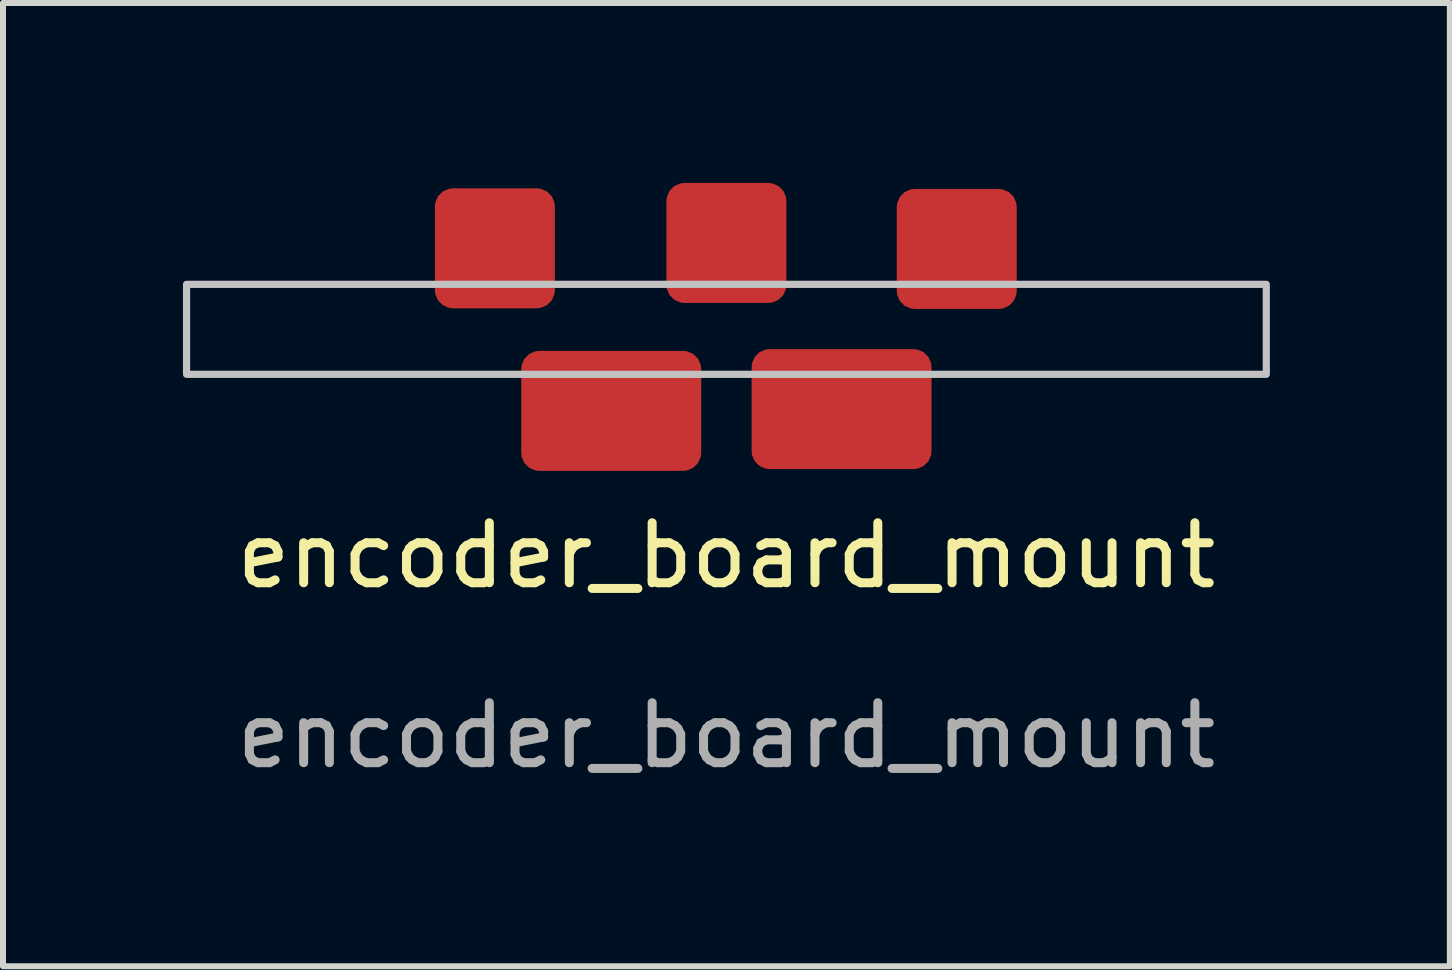
<source format=kicad_pcb>
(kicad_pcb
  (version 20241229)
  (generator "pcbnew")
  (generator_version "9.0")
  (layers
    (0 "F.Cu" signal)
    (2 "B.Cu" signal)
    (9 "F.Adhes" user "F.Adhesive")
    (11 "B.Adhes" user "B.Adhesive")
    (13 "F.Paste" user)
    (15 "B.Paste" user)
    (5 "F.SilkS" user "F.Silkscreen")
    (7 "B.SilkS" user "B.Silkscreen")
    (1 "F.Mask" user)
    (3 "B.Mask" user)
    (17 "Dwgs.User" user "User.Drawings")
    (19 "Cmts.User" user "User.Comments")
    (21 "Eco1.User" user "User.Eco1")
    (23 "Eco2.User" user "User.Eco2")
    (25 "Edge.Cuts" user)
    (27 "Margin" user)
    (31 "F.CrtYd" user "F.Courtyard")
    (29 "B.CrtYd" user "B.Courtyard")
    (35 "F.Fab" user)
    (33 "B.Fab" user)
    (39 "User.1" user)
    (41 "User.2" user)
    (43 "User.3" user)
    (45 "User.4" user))
  (footprint "encoder_board_mount"
    (layer "F.Cu")
    (at 9.06 6.71)
    (property "Reference" "encoder_board_mount" (at 0 -0.5 0) (unlocked yes) (layer "F.SilkS") (effects (font (size 1 1) (thickness 0.15))))
    (attr smd)
    (fp_rect (start -9 -5.02) (end 9 -3.52) (stroke (width 0.12) (type solid)) (fill no) (layer "Dwgs.User"))
    (fp_text user "${REFERENCE}" (at 0 2.5 0) (unlocked yes) (layer "F.Fab") (effects (font (size 1 1) (thickness 0.15))))
    (pad "1" smd roundrect (at -3.86 -5.62) (size 2 2) (layers "F.Cu" "F.Mask" "F.Paste") (roundrect_rratio 0.15))
    (pad "2" smd roundrect (at 0 -5.71) (size 2 2) (layers "F.Cu" "F.Mask" "F.Paste") (roundrect_rratio 0.15))
    (pad "3" smd roundrect (at 3.84 -5.61) (size 2 2) (layers "F.Cu" "F.Mask" "F.Paste") (roundrect_rratio 0.15))
    (pad "4" smd roundrect (at -1.92 -2.91) (size 3 2) (layers "F.Cu" "F.Mask" "F.Paste") (roundrect_rratio 0.15))
    (pad "5" smd roundrect (at 1.92 -2.94) (size 3 2) (layers "F.Cu" "F.Mask" "F.Paste") (roundrect_rratio 0.15)))
  (gr_rect
    (start -3 -3)
    (end 21.12 13.058)
    (stroke (width 0.1) (type default))
    (fill no)
    (layer "Edge.Cuts")))
</source>
